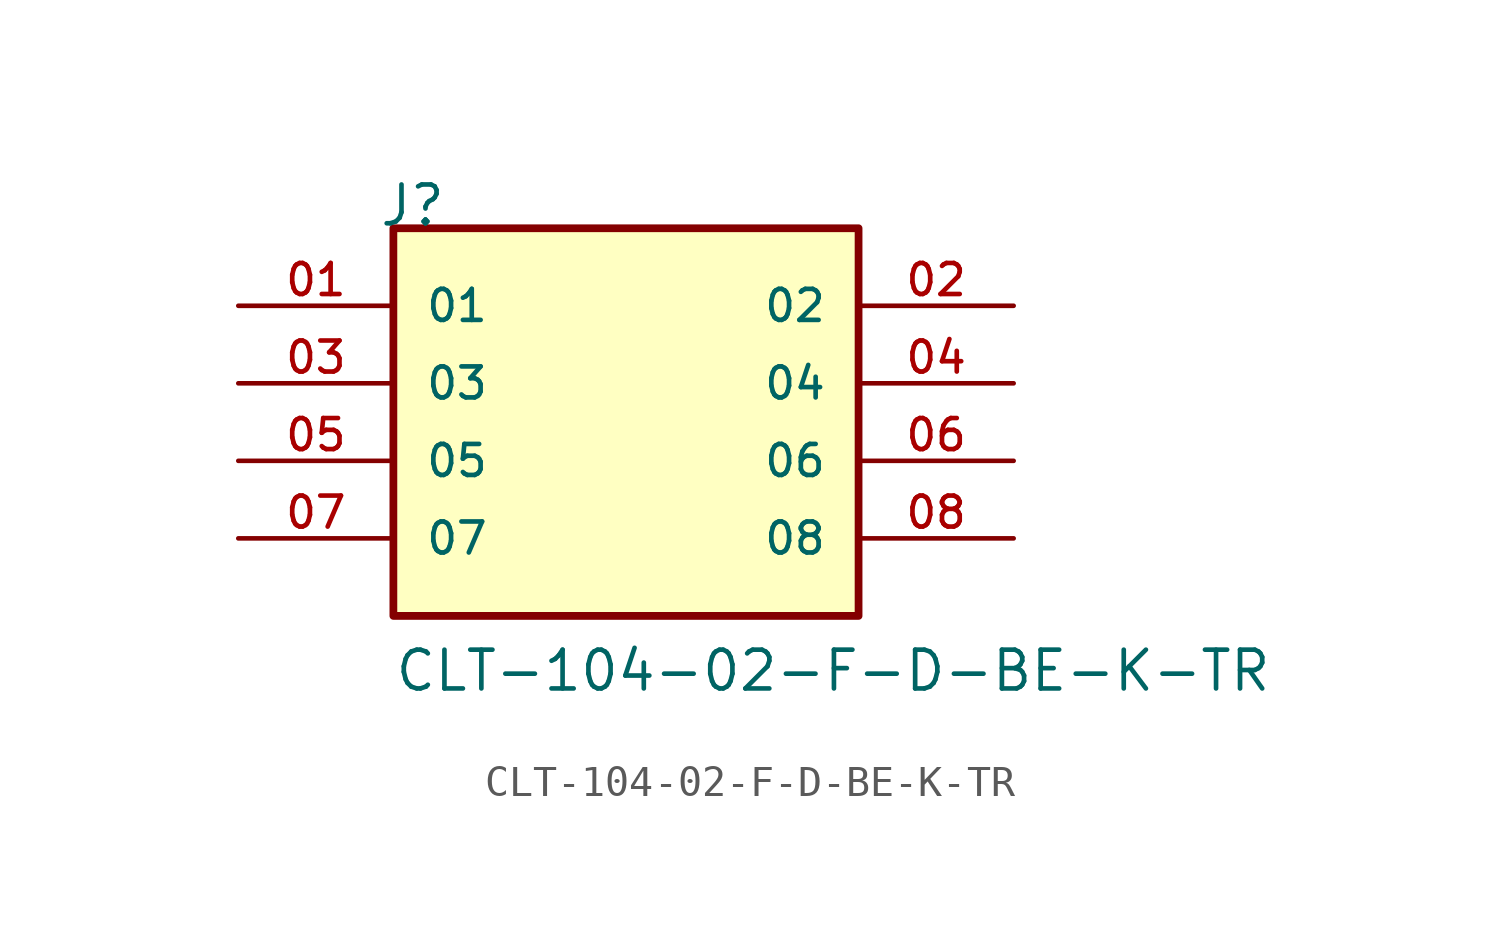
<source format=kicad_sym>
(kicad_symbol_lib
  (version 20211014)
  (generator kicad_symbol_editor)
  (symbol "CLT-104-02-F-D-BE-K-TR"
    (pin_names
      (offset 1.016))
    (property "Reference" "J"
      (at -8.12 7.62 0)
      (effects (font (size 1.27 1.27)) (justify bottom left)))
    (property "Value" "CLT-104-02-F-D-BE-K-TR"
      (at -7.62 -7.62 0)
      (effects (font (size 1.27 1.27)) (justify bottom left)))
    (symbol "CLT-104-02-F-D-BE-K-TR_0_0"
      (rectangle (start -7.62 -5.08) (end 7.62 7.62) (stroke (width 0.254)) (fill (type background)))
      (pin passive line (at -12.7 5.08 0) (length 5.08) (name "01" (effects (font (size 1.016 1.016)))) (number "01" (effects (font (size 1.016 1.016)))))
      (pin passive line (at 12.7 5.08 180.0) (length 5.08) (name "02" (effects (font (size 1.016 1.016)))) (number "02" (effects (font (size 1.016 1.016)))))
      (pin passive line (at -12.7 2.54 0) (length 5.08) (name "03" (effects (font (size 1.016 1.016)))) (number "03" (effects (font (size 1.016 1.016)))))
      (pin passive line (at 12.7 2.54 180.0) (length 5.08) (name "04" (effects (font (size 1.016 1.016)))) (number "04" (effects (font (size 1.016 1.016)))))
      (pin passive line (at -12.7 0.0 0) (length 5.08) (name "05" (effects (font (size 1.016 1.016)))) (number "05" (effects (font (size 1.016 1.016)))))
      (pin passive line (at 12.7 0.0 180.0) (length 5.08) (name "06" (effects (font (size 1.016 1.016)))) (number "06" (effects (font (size 1.016 1.016)))))
      (pin passive line (at -12.7 -2.54 0) (length 5.08) (name "07" (effects (font (size 1.016 1.016)))) (number "07" (effects (font (size 1.016 1.016)))))
      (pin passive line (at 12.7 -2.54 180.0) (length 5.08) (name "08" (effects (font (size 1.016 1.016)))) (number "08" (effects (font (size 1.016 1.016))))))))
</source>
